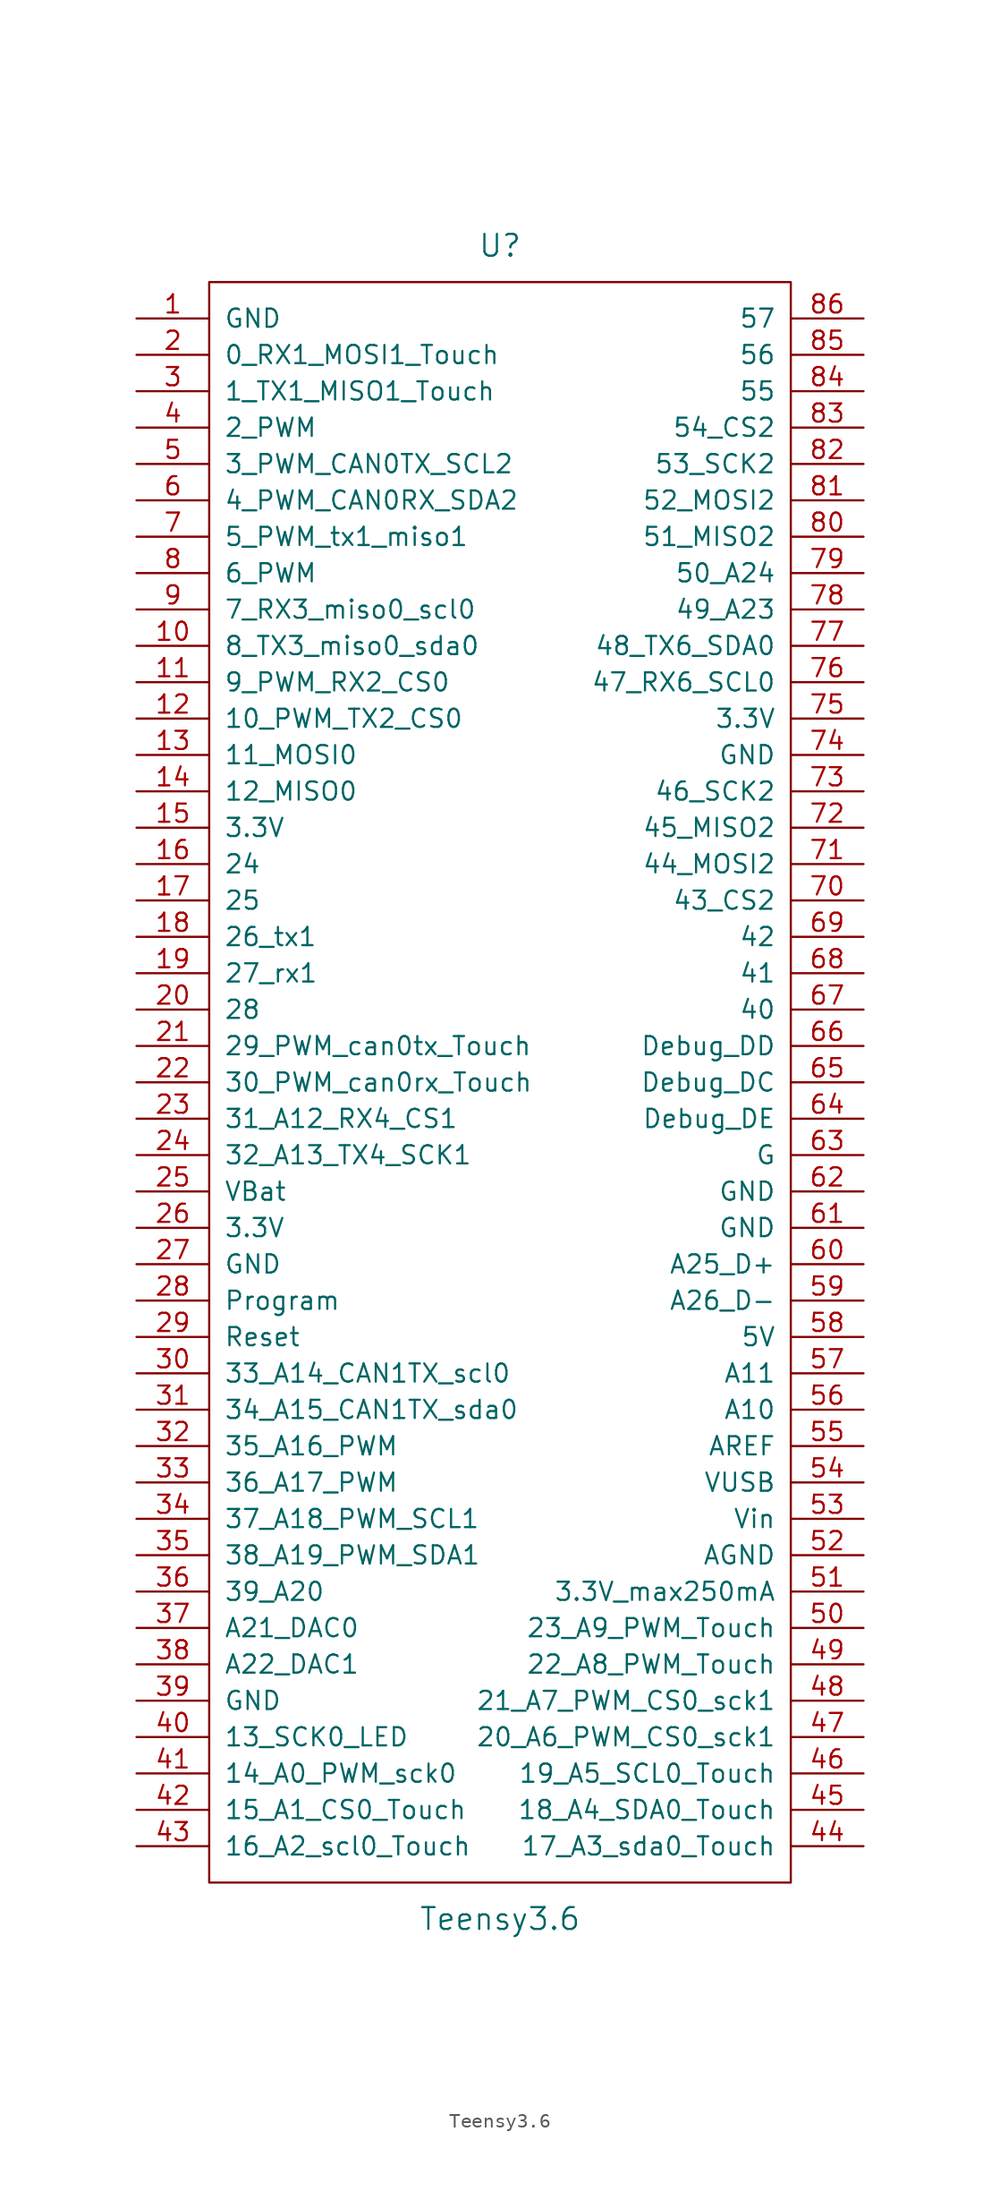
<source format=kicad_sym>
(kicad_symbol_lib
  (version 20211014)
  (generator kicad_symbol_editor)
  (symbol "Teensy3.6"
    (pin_names
      (offset 1.016))
    (property "Reference" "U"
      (at 0 58.42 0)
      (effects (font (size 1.524 1.524))))
    (property "Value" "Teensy3.6"
      (at 0 -58.42 0)
      (effects (font (size 1.524 1.524))))
    (property "Footprint" ""
      (at 0 0 0)
      (effects (font (size 1.524 1.524))))
    (property "Datasheet" ""
      (at 0 0 0)
      (effects (font (size 1.524 1.524))))
    (symbol "Teensy3.6_0_1"
      (rectangle (start -20.32 55.88) (end 20.32 -55.88) (stroke (width 0) (type default) (color 0 0 0 0)) (fill (type none))))
    (symbol "Teensy3.6_1_1"
      (pin power_in line (at -25.4 53.34 0) (length 5.08) (name "GND" (effects (font (size 1.27 1.27)))) (number "1" (effects (font (size 1.27 1.27)))))
      (pin bidirectional line (at -25.4 30.48 0) (length 5.08) (name "8_TX3_miso0_sda0" (effects (font (size 1.27 1.27)))) (number "10" (effects (font (size 1.27 1.27)))))
      (pin bidirectional line (at -25.4 27.94 0) (length 5.08) (name "9_PWM_RX2_CS0" (effects (font (size 1.27 1.27)))) (number "11" (effects (font (size 1.27 1.27)))))
      (pin bidirectional line (at -25.4 25.4 0) (length 5.08) (name "10_PWM_TX2_CS0" (effects (font (size 1.27 1.27)))) (number "12" (effects (font (size 1.27 1.27)))))
      (pin bidirectional line (at -25.4 22.86 0) (length 5.08) (name "11_MOSI0" (effects (font (size 1.27 1.27)))) (number "13" (effects (font (size 1.27 1.27)))))
      (pin bidirectional line (at -25.4 20.32 0) (length 5.08) (name "12_MISO0" (effects (font (size 1.27 1.27)))) (number "14" (effects (font (size 1.27 1.27)))))
      (pin power_in line (at -25.4 17.78 0) (length 5.08) (name "3.3V" (effects (font (size 1.27 1.27)))) (number "15" (effects (font (size 1.27 1.27)))))
      (pin bidirectional line (at -25.4 15.24 0) (length 5.08) (name "24" (effects (font (size 1.27 1.27)))) (number "16" (effects (font (size 1.27 1.27)))))
      (pin bidirectional line (at -25.4 12.7 0) (length 5.08) (name "25" (effects (font (size 1.27 1.27)))) (number "17" (effects (font (size 1.27 1.27)))))
      (pin bidirectional line (at -25.4 10.16 0) (length 5.08) (name "26_tx1" (effects (font (size 1.27 1.27)))) (number "18" (effects (font (size 1.27 1.27)))))
      (pin bidirectional line (at -25.4 7.62 0) (length 5.08) (name "27_rx1" (effects (font (size 1.27 1.27)))) (number "19" (effects (font (size 1.27 1.27)))))
      (pin bidirectional line (at -25.4 50.8 0) (length 5.08) (name "0_RX1_MOSI1_Touch" (effects (font (size 1.27 1.27)))) (number "2" (effects (font (size 1.27 1.27)))))
      (pin bidirectional line (at -25.4 5.08 0) (length 5.08) (name "28" (effects (font (size 1.27 1.27)))) (number "20" (effects (font (size 1.27 1.27)))))
      (pin bidirectional line (at -25.4 2.54 0) (length 5.08) (name "29_PWM_can0tx_Touch" (effects (font (size 1.27 1.27)))) (number "21" (effects (font (size 1.27 1.27)))))
      (pin bidirectional line (at -25.4 0 0) (length 5.08) (name "30_PWM_can0rx_Touch" (effects (font (size 1.27 1.27)))) (number "22" (effects (font (size 1.27 1.27)))))
      (pin bidirectional line (at -25.4 -2.54 0) (length 5.08) (name "31_A12_RX4_CS1" (effects (font (size 1.27 1.27)))) (number "23" (effects (font (size 1.27 1.27)))))
      (pin bidirectional line (at -25.4 -5.08 0) (length 5.08) (name "32_A13_TX4_SCK1" (effects (font (size 1.27 1.27)))) (number "24" (effects (font (size 1.27 1.27)))))
      (pin power_in line (at -25.4 -7.62 0) (length 5.08) (name "VBat" (effects (font (size 1.27 1.27)))) (number "25" (effects (font (size 1.27 1.27)))))
      (pin power_in line (at -25.4 -10.16 0) (length 5.08) (name "3.3V" (effects (font (size 1.27 1.27)))) (number "26" (effects (font (size 1.27 1.27)))))
      (pin power_in line (at -25.4 -12.7 0) (length 5.08) (name "GND" (effects (font (size 1.27 1.27)))) (number "27" (effects (font (size 1.27 1.27)))))
      (pin input line (at -25.4 -15.24 0) (length 5.08) (name "Program" (effects (font (size 1.27 1.27)))) (number "28" (effects (font (size 1.27 1.27)))))
      (pin input line (at -25.4 -17.78 0) (length 5.08) (name "Reset" (effects (font (size 1.27 1.27)))) (number "29" (effects (font (size 1.27 1.27)))))
      (pin bidirectional line (at -25.4 48.26 0) (length 5.08) (name "1_TX1_MISO1_Touch" (effects (font (size 1.27 1.27)))) (number "3" (effects (font (size 1.27 1.27)))))
      (pin bidirectional line (at -25.4 -20.32 0) (length 5.08) (name "33_A14_CAN1TX_scl0" (effects (font (size 1.27 1.27)))) (number "30" (effects (font (size 1.27 1.27)))))
      (pin bidirectional line (at -25.4 -22.86 0) (length 5.08) (name "34_A15_CAN1TX_sda0" (effects (font (size 1.27 1.27)))) (number "31" (effects (font (size 1.27 1.27)))))
      (pin bidirectional line (at -25.4 -25.4 0) (length 5.08) (name "35_A16_PWM" (effects (font (size 1.27 1.27)))) (number "32" (effects (font (size 1.27 1.27)))))
      (pin bidirectional line (at -25.4 -27.94 0) (length 5.08) (name "36_A17_PWM" (effects (font (size 1.27 1.27)))) (number "33" (effects (font (size 1.27 1.27)))))
      (pin bidirectional line (at -25.4 -30.48 0) (length 5.08) (name "37_A18_PWM_SCL1" (effects (font (size 1.27 1.27)))) (number "34" (effects (font (size 1.27 1.27)))))
      (pin bidirectional line (at -25.4 -33.02 0) (length 5.08) (name "38_A19_PWM_SDA1" (effects (font (size 1.27 1.27)))) (number "35" (effects (font (size 1.27 1.27)))))
      (pin bidirectional line (at -25.4 -35.56 0) (length 5.08) (name "39_A20" (effects (font (size 1.27 1.27)))) (number "36" (effects (font (size 1.27 1.27)))))
      (pin bidirectional line (at -25.4 -38.1 0) (length 5.08) (name "A21_DAC0" (effects (font (size 1.27 1.27)))) (number "37" (effects (font (size 1.27 1.27)))))
      (pin bidirectional line (at -25.4 -40.64 0) (length 5.08) (name "A22_DAC1" (effects (font (size 1.27 1.27)))) (number "38" (effects (font (size 1.27 1.27)))))
      (pin power_in line (at -25.4 -43.18 0) (length 5.08) (name "GND" (effects (font (size 1.27 1.27)))) (number "39" (effects (font (size 1.27 1.27)))))
      (pin bidirectional line (at -25.4 45.72 0) (length 5.08) (name "2_PWM" (effects (font (size 1.27 1.27)))) (number "4" (effects (font (size 1.27 1.27)))))
      (pin bidirectional line (at -25.4 -45.72 0) (length 5.08) (name "13_SCK0_LED" (effects (font (size 1.27 1.27)))) (number "40" (effects (font (size 1.27 1.27)))))
      (pin bidirectional line (at -25.4 -48.26 0) (length 5.08) (name "14_A0_PWM_sck0" (effects (font (size 1.27 1.27)))) (number "41" (effects (font (size 1.27 1.27)))))
      (pin bidirectional line (at -25.4 -50.8 0) (length 5.08) (name "15_A1_CS0_Touch" (effects (font (size 1.27 1.27)))) (number "42" (effects (font (size 1.27 1.27)))))
      (pin bidirectional line (at -25.4 -53.34 0) (length 5.08) (name "16_A2_scl0_Touch" (effects (font (size 1.27 1.27)))) (number "43" (effects (font (size 1.27 1.27)))))
      (pin bidirectional line (at 25.4 -53.34 180) (length 5.08) (name "17_A3_sda0_Touch" (effects (font (size 1.27 1.27)))) (number "44" (effects (font (size 1.27 1.27)))))
      (pin bidirectional line (at 25.4 -50.8 180) (length 5.08) (name "18_A4_SDA0_Touch" (effects (font (size 1.27 1.27)))) (number "45" (effects (font (size 1.27 1.27)))))
      (pin bidirectional line (at 25.4 -48.26 180) (length 5.08) (name "19_A5_SCL0_Touch" (effects (font (size 1.27 1.27)))) (number "46" (effects (font (size 1.27 1.27)))))
      (pin bidirectional line (at 25.4 -45.72 180) (length 5.08) (name "20_A6_PWM_CS0_sck1" (effects (font (size 1.27 1.27)))) (number "47" (effects (font (size 1.27 1.27)))))
      (pin bidirectional line (at 25.4 -43.18 180) (length 5.08) (name "21_A7_PWM_CS0_sck1" (effects (font (size 1.27 1.27)))) (number "48" (effects (font (size 1.27 1.27)))))
      (pin bidirectional line (at 25.4 -40.64 180) (length 5.08) (name "22_A8_PWM_Touch" (effects (font (size 1.27 1.27)))) (number "49" (effects (font (size 1.27 1.27)))))
      (pin bidirectional line (at -25.4 43.18 0) (length 5.08) (name "3_PWM_CAN0TX_SCL2" (effects (font (size 1.27 1.27)))) (number "5" (effects (font (size 1.27 1.27)))))
      (pin bidirectional line (at 25.4 -38.1 180) (length 5.08) (name "23_A9_PWM_Touch" (effects (font (size 1.27 1.27)))) (number "50" (effects (font (size 1.27 1.27)))))
      (pin power_out line (at 25.4 -35.56 180) (length 5.08) (name "3.3V_max250mA" (effects (font (size 1.27 1.27)))) (number "51" (effects (font (size 1.27 1.27)))))
      (pin power_out line (at 25.4 -33.02 180) (length 5.08) (name "AGND" (effects (font (size 1.27 1.27)))) (number "52" (effects (font (size 1.27 1.27)))))
      (pin power_in line (at 25.4 -30.48 180) (length 5.08) (name "Vin" (effects (font (size 1.27 1.27)))) (number "53" (effects (font (size 1.27 1.27)))))
      (pin power_in line (at 25.4 -27.94 180) (length 5.08) (name "VUSB" (effects (font (size 1.27 1.27)))) (number "54" (effects (font (size 1.27 1.27)))))
      (pin input line (at 25.4 -25.4 180) (length 5.08) (name "AREF" (effects (font (size 1.27 1.27)))) (number "55" (effects (font (size 1.27 1.27)))))
      (pin bidirectional line (at 25.4 -22.86 180) (length 5.08) (name "A10" (effects (font (size 1.27 1.27)))) (number "56" (effects (font (size 1.27 1.27)))))
      (pin bidirectional line (at 25.4 -20.32 180) (length 5.08) (name "A11" (effects (font (size 1.27 1.27)))) (number "57" (effects (font (size 1.27 1.27)))))
      (pin power_in line (at 25.4 -17.78 180) (length 5.08) (name "5V" (effects (font (size 1.27 1.27)))) (number "58" (effects (font (size 1.27 1.27)))))
      (pin bidirectional line (at 25.4 -15.24 180) (length 5.08) (name "A26_D-" (effects (font (size 1.27 1.27)))) (number "59" (effects (font (size 1.27 1.27)))))
      (pin bidirectional line (at -25.4 40.64 0) (length 5.08) (name "4_PWM_CAN0RX_SDA2" (effects (font (size 1.27 1.27)))) (number "6" (effects (font (size 1.27 1.27)))))
      (pin bidirectional line (at 25.4 -12.7 180) (length 5.08) (name "A25_D+" (effects (font (size 1.27 1.27)))) (number "60" (effects (font (size 1.27 1.27)))))
      (pin power_in line (at 25.4 -10.16 180) (length 5.08) (name "GND" (effects (font (size 1.27 1.27)))) (number "61" (effects (font (size 1.27 1.27)))))
      (pin power_in line (at 25.4 -7.62 180) (length 5.08) (name "GND" (effects (font (size 1.27 1.27)))) (number "62" (effects (font (size 1.27 1.27)))))
      (pin power_in line (at 25.4 -5.08 180) (length 5.08) (name "G" (effects (font (size 1.27 1.27)))) (number "63" (effects (font (size 1.27 1.27)))))
      (pin input line (at 25.4 -2.54 180) (length 5.08) (name "Debug_DE" (effects (font (size 1.27 1.27)))) (number "64" (effects (font (size 1.27 1.27)))))
      (pin input line (at 25.4 0 180) (length 5.08) (name "Debug_DC" (effects (font (size 1.27 1.27)))) (number "65" (effects (font (size 1.27 1.27)))))
      (pin input line (at 25.4 2.54 180) (length 5.08) (name "Debug_DD" (effects (font (size 1.27 1.27)))) (number "66" (effects (font (size 1.27 1.27)))))
      (pin bidirectional line (at 25.4 5.08 180) (length 5.08) (name "40" (effects (font (size 1.27 1.27)))) (number "67" (effects (font (size 1.27 1.27)))))
      (pin bidirectional line (at 25.4 7.62 180) (length 5.08) (name "41" (effects (font (size 1.27 1.27)))) (number "68" (effects (font (size 1.27 1.27)))))
      (pin bidirectional line (at 25.4 10.16 180) (length 5.08) (name "42" (effects (font (size 1.27 1.27)))) (number "69" (effects (font (size 1.27 1.27)))))
      (pin bidirectional line (at -25.4 38.1 0) (length 5.08) (name "5_PWM_tx1_miso1" (effects (font (size 1.27 1.27)))) (number "7" (effects (font (size 1.27 1.27)))))
      (pin bidirectional line (at 25.4 12.7 180) (length 5.08) (name "43_CS2" (effects (font (size 1.27 1.27)))) (number "70" (effects (font (size 1.27 1.27)))))
      (pin bidirectional line (at 25.4 15.24 180) (length 5.08) (name "44_MOSI2" (effects (font (size 1.27 1.27)))) (number "71" (effects (font (size 1.27 1.27)))))
      (pin bidirectional line (at 25.4 17.78 180) (length 5.08) (name "45_MISO2" (effects (font (size 1.27 1.27)))) (number "72" (effects (font (size 1.27 1.27)))))
      (pin bidirectional line (at 25.4 20.32 180) (length 5.08) (name "46_SCK2" (effects (font (size 1.27 1.27)))) (number "73" (effects (font (size 1.27 1.27)))))
      (pin power_in line (at 25.4 22.86 180) (length 5.08) (name "GND" (effects (font (size 1.27 1.27)))) (number "74" (effects (font (size 1.27 1.27)))))
      (pin power_in line (at 25.4 25.4 180) (length 5.08) (name "3.3V" (effects (font (size 1.27 1.27)))) (number "75" (effects (font (size 1.27 1.27)))))
      (pin bidirectional line (at 25.4 27.94 180) (length 5.08) (name "47_RX6_SCL0" (effects (font (size 1.27 1.27)))) (number "76" (effects (font (size 1.27 1.27)))))
      (pin bidirectional line (at 25.4 30.48 180) (length 5.08) (name "48_TX6_SDA0" (effects (font (size 1.27 1.27)))) (number "77" (effects (font (size 1.27 1.27)))))
      (pin bidirectional line (at 25.4 33.02 180) (length 5.08) (name "49_A23" (effects (font (size 1.27 1.27)))) (number "78" (effects (font (size 1.27 1.27)))))
      (pin bidirectional line (at 25.4 35.56 180) (length 5.08) (name "50_A24" (effects (font (size 1.27 1.27)))) (number "79" (effects (font (size 1.27 1.27)))))
      (pin bidirectional line (at -25.4 35.56 0) (length 5.08) (name "6_PWM" (effects (font (size 1.27 1.27)))) (number "8" (effects (font (size 1.27 1.27)))))
      (pin bidirectional line (at 25.4 38.1 180) (length 5.08) (name "51_MISO2" (effects (font (size 1.27 1.27)))) (number "80" (effects (font (size 1.27 1.27)))))
      (pin bidirectional line (at 25.4 40.64 180) (length 5.08) (name "52_MOSI2" (effects (font (size 1.27 1.27)))) (number "81" (effects (font (size 1.27 1.27)))))
      (pin bidirectional line (at 25.4 43.18 180) (length 5.08) (name "53_SCK2" (effects (font (size 1.27 1.27)))) (number "82" (effects (font (size 1.27 1.27)))))
      (pin bidirectional line (at 25.4 45.72 180) (length 5.08) (name "54_CS2" (effects (font (size 1.27 1.27)))) (number "83" (effects (font (size 1.27 1.27)))))
      (pin bidirectional line (at 25.4 48.26 180) (length 5.08) (name "55" (effects (font (size 1.27 1.27)))) (number "84" (effects (font (size 1.27 1.27)))))
      (pin bidirectional line (at 25.4 50.8 180) (length 5.08) (name "56" (effects (font (size 1.27 1.27)))) (number "85" (effects (font (size 1.27 1.27)))))
      (pin bidirectional line (at 25.4 53.34 180) (length 5.08) (name "57" (effects (font (size 1.27 1.27)))) (number "86" (effects (font (size 1.27 1.27)))))
      (pin bidirectional line (at -25.4 33.02 0) (length 5.08) (name "7_RX3_miso0_scl0" (effects (font (size 1.27 1.27)))) (number "9" (effects (font (size 1.27 1.27))))))))
</source>
